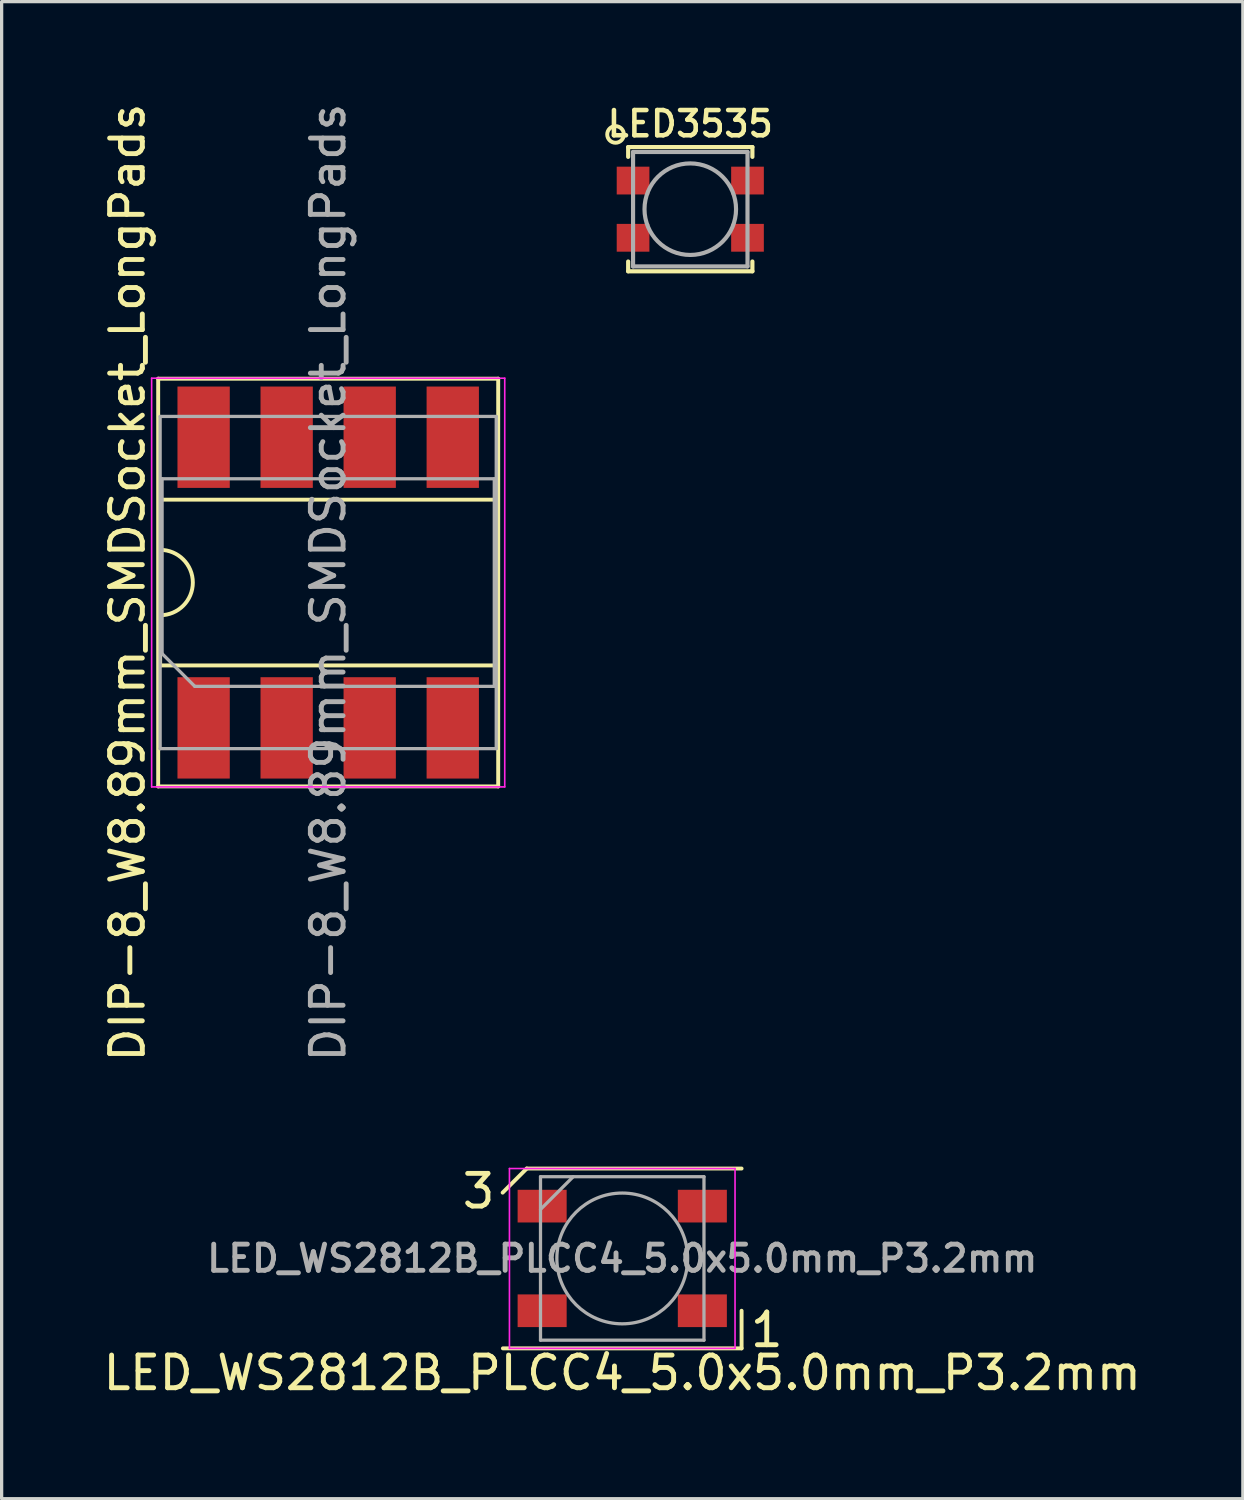
<source format=kicad_pcb>
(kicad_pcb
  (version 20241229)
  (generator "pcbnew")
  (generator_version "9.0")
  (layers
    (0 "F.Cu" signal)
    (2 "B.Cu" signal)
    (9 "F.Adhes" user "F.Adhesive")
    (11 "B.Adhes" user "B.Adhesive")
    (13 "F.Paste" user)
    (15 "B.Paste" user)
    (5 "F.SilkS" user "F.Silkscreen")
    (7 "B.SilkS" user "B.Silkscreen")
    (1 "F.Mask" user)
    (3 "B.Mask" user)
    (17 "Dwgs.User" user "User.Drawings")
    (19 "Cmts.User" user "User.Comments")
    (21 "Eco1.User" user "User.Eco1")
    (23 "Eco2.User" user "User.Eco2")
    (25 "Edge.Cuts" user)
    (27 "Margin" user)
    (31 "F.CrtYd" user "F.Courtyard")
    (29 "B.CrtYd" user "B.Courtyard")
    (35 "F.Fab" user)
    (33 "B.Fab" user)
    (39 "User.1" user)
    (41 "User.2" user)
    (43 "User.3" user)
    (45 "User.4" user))
  (footprint "LED_WS2812B_PLCC4_5.0x5.0mm_P3.2mm"
    (layer "F.Cu")
    (at 15.982 35.441)
    (property "Reference" "LED_WS2812B_PLCC4_5.0x5.0mm_P3.2mm" (at 0 3.5 180) (layer "F.SilkS") (effects (font (size 1 1) (thickness 0.15))))
    (attr smd)
    (fp_line (start -2.921 -2.75) (end -3.658 -2.013) (stroke (width 0.12) (type solid)) (layer "F.SilkS"))
    (fp_line (start 3.65 -2.75) (end -2.921 -2.75) (stroke (width 0.12) (type solid)) (layer "F.SilkS"))
    (fp_line (start 3.65 1.6) (end 3.65 2.75) (stroke (width 0.12) (type solid)) (layer "F.SilkS"))
    (fp_line (start 3.65 2.75) (end -3.65 2.75) (stroke (width 0.12) (type solid)) (layer "F.SilkS"))
    (fp_line (start -3.45 -2.75) (end -3.45 2.75) (stroke (width 0.05) (type solid)) (layer "F.CrtYd"))
    (fp_line (start -3.45 2.75) (end 3.45 2.75) (stroke (width 0.05) (type solid)) (layer "F.CrtYd"))
    (fp_line (start 3.45 -2.75) (end -3.45 -2.75) (stroke (width 0.05) (type solid)) (layer "F.CrtYd"))
    (fp_line (start 3.45 2.75) (end 3.45 -2.75) (stroke (width 0.05) (type solid)) (layer "F.CrtYd"))
    (fp_line (start -2.5 -2.5) (end -2.5 2.5) (stroke (width 0.1) (type solid)) (layer "F.Fab"))
    (fp_line (start -2.5 -1.5) (end -1.5 -2.5) (stroke (width 0.1) (type solid)) (layer "F.Fab"))
    (fp_line (start -2.5 2.5) (end 2.5 2.5) (stroke (width 0.1) (type solid)) (layer "F.Fab"))
    (fp_line (start 2.5 -2.5) (end -2.5 -2.5) (stroke (width 0.1) (type solid)) (layer "F.Fab"))
    (fp_line (start 2.5 2.5) (end 2.5 -2.5) (stroke (width 0.1) (type solid)) (layer "F.Fab"))
    (fp_circle (center 0 0) (end 0 2) (stroke (width 0.1) (type solid)) (fill no) (layer "F.Fab"))
    (fp_text user "1" (at 4.42 2.184 0) (layer "F.SilkS") (effects (font (size 1 1) (thickness 0.15))))
    (fp_text user "3" (at -4.394 -2.057 0) (layer "F.SilkS") (effects (font (size 1 1) (thickness 0.15))))
    (fp_text user "${REFERENCE}" (at 0 0 180) (layer "F.Fab") (effects (font (size 0.8 0.8) (thickness 0.15))))
    (pad "1" smd rect (at 2.45 1.6 180) (size 1.5 1) (layers "F.Cu" "F.Mask" "F.Paste"))
    (pad "2" smd rect (at 2.45 -1.6 180) (size 1.5 1) (layers "F.Cu" "F.Mask" "F.Paste"))
    (pad "3" smd rect (at -2.45 -1.6 180) (size 1.5 1) (layers "F.Cu" "F.Mask" "F.Paste"))
    (pad "4" smd rect (at -2.45 1.6 180) (size 1.5 1) (layers "F.Cu" "F.Mask" "F.Paste")))
  (footprint "DIP-8_W8.89mm_SMDSocket_LongPads"
    (layer "F.Cu")
    (at 6.988 14.768)
    (property "Reference" "DIP-8_W8.89mm_SMDSocket_LongPads" (at -6.14 0 90) (layer "F.SilkS") (effects (font (size 1 1) (thickness 0.15))))
    (attr smd)
    (fp_line (start -5.2 -6.235) (end -5.2 6.235) (stroke (width 0.12) (type solid)) (layer "F.SilkS"))
    (fp_line (start -5.2 6.235) (end 5.2 6.235) (stroke (width 0.12) (type solid)) (layer "F.SilkS"))
    (fp_line (start -5.14 -2.535) (end -5.14 -1) (stroke (width 0.12) (type solid)) (layer "F.SilkS"))
    (fp_line (start -5.14 1) (end -5.14 2.535) (stroke (width 0.12) (type solid)) (layer "F.SilkS"))
    (fp_line (start -5.14 2.535) (end 5.14 2.535) (stroke (width 0.12) (type solid)) (layer "F.SilkS"))
    (fp_line (start 5.14 -2.535) (end -5.14 -2.535) (stroke (width 0.12) (type solid)) (layer "F.SilkS"))
    (fp_line (start 5.14 2.535) (end 5.14 -2.535) (stroke (width 0.12) (type solid)) (layer "F.SilkS"))
    (fp_line (start 5.2 -6.235) (end -5.2 -6.235) (stroke (width 0.12) (type solid)) (layer "F.SilkS"))
    (fp_line (start 5.2 6.235) (end 5.2 -6.235) (stroke (width 0.12) (type solid)) (layer "F.SilkS"))
    (fp_arc (start -5.14 -1) (mid -4.14 0) (end -5.14 1) (stroke (width 0.12) (type solid)) (layer "F.SilkS"))
    (fp_line (start -5.4 -6.25) (end -5.4 6.25) (stroke (width 0.05) (type solid)) (layer "F.CrtYd"))
    (fp_line (start -5.4 6.25) (end 5.4 6.25) (stroke (width 0.05) (type solid)) (layer "F.CrtYd"))
    (fp_line (start 5.4 -6.25) (end -5.4 -6.25) (stroke (width 0.05) (type solid)) (layer "F.CrtYd"))
    (fp_line (start 5.4 6.25) (end 5.4 -6.25) (stroke (width 0.05) (type solid)) (layer "F.CrtYd"))
    (fp_line (start -5.14 -5.08) (end -5.14 5.08) (stroke (width 0.1) (type solid)) (layer "F.Fab"))
    (fp_line (start -5.14 5.08) (end 5.14 5.08) (stroke (width 0.1) (type solid)) (layer "F.Fab"))
    (fp_line (start -5.08 -3.175) (end 5.08 -3.175) (stroke (width 0.1) (type solid)) (layer "F.Fab"))
    (fp_line (start -5.08 2.175) (end -5.08 -3.175) (stroke (width 0.1) (type solid)) (layer "F.Fab"))
    (fp_line (start -4.08 3.175) (end -5.08 2.175) (stroke (width 0.1) (type solid)) (layer "F.Fab"))
    (fp_line (start 5.08 -3.175) (end 5.08 3.175) (stroke (width 0.1) (type solid)) (layer "F.Fab"))
    (fp_line (start 5.08 3.175) (end -4.08 3.175) (stroke (width 0.1) (type solid)) (layer "F.Fab"))
    (fp_line (start 5.14 -5.08) (end -5.14 -5.08) (stroke (width 0.1) (type solid)) (layer "F.Fab"))
    (fp_line (start 5.14 5.08) (end 5.14 -5.08) (stroke (width 0.1) (type solid)) (layer "F.Fab"))
    (fp_text user "${REFERENCE}" (at 0 0 90) (layer "F.Fab") (effects (font (size 1 1) (thickness 0.15))))
    (pad "1" smd rect (at -3.81 4.445 90) (size 3.1 1.6) (layers "F.Cu" "F.Mask" "F.Paste"))
    (pad "2" smd rect (at -1.27 4.445 90) (size 3.1 1.6) (layers "F.Cu" "F.Mask" "F.Paste"))
    (pad "3" smd rect (at 1.27 4.445 90) (size 3.1 1.6) (layers "F.Cu" "F.Mask" "F.Paste"))
    (pad "4" smd rect (at 3.81 4.445 90) (size 3.1 1.6) (layers "F.Cu" "F.Mask" "F.Paste"))
    (pad "5" smd rect (at 3.81 -4.445 90) (size 3.1 1.6) (layers "F.Cu" "F.Mask" "F.Paste"))
    (pad "6" smd rect (at 1.27 -4.445 90) (size 3.1 1.6) (layers "F.Cu" "F.Mask" "F.Paste"))
    (pad "7" smd rect (at -1.27 -4.445 90) (size 3.1 1.6) (layers "F.Cu" "F.Mask" "F.Paste"))
    (pad "8" smd rect (at -3.81 -4.445 90) (size 3.1 1.6) (layers "F.Cu" "F.Mask" "F.Paste")))
  (footprint "LED3535"
    (layer "F.Cu")
    (at 18.063 3.348)
    (property "Reference" "LED3535" (at 0 -2.159 0) (layer "F.SilkS") (effects (font (size 0.772 0.772) (thickness 0.139)) (justify bottom)))
    (attr through_hole)
    (fp_line (start -1.9 -1.9) (end 1.9 -1.9) (stroke (width 0.127) (type solid)) (layer "F.SilkS"))
    (fp_line (start -1.9 -1.6) (end -1.9 -1.9) (stroke (width 0.127) (type solid)) (layer "F.SilkS"))
    (fp_line (start -1.9 1.6) (end -1.9 1.9) (stroke (width 0.127) (type solid)) (layer "F.SilkS"))
    (fp_line (start -1.9 1.9) (end 1.9 1.9) (stroke (width 0.127) (type solid)) (layer "F.SilkS"))
    (fp_line (start 1.9 -1.9) (end 1.9 -1.6) (stroke (width 0.127) (type solid)) (layer "F.SilkS"))
    (fp_line (start 1.9 1.9) (end 1.9 1.6) (stroke (width 0.127) (type solid)) (layer "F.SilkS"))
    (fp_circle (center -2.286 -2.286) (end -2.286 -2.032) (stroke (width 0.12) (type solid)) (fill no) (layer "F.SilkS"))
    (fp_line (start -1.75 1.75) (end -1.75 -1.75) (stroke (width 0.127) (type solid)) (layer "F.Fab"))
    (fp_line (start -1.75 -1.75) (end 1.75 -1.75) (stroke (width 0.127) (type solid)) (layer "F.Fab"))
    (fp_line (start 1.75 1.75) (end -1.75 1.75) (stroke (width 0.127) (type solid)) (layer "F.Fab"))
    (fp_line (start 1.75 -1.75) (end 1.75 1.75) (stroke (width 0.127) (type solid)) (layer "F.Fab"))
    (fp_circle (center 0 0) (end 1.4 0) (stroke (width 0.127) (type solid)) (fill no) (layer "F.Fab"))
    (pad "1" smd rect (at -1.75 -0.875 90) (size 0.85 1) (layers "F.Cu" "F.Mask" "F.Paste"))
    (pad "2" smd rect (at -1.75 0.875 90) (size 0.85 1) (layers "F.Cu" "F.Mask" "F.Paste"))
    (pad "3" smd rect (at 1.75 0.875 90) (size 0.85 1) (layers "F.Cu" "F.Mask" "F.Paste"))
    (pad "4" smd rect (at 1.75 -0.875 90) (size 0.85 1) (layers "F.Cu" "F.Mask" "F.Paste")))
  (gr_rect
    (start -3 -3)
    (end 34.964 42.79)
    (stroke (width 0.1) (type default))
    (fill no)
    (layer "Edge.Cuts")))
</source>
